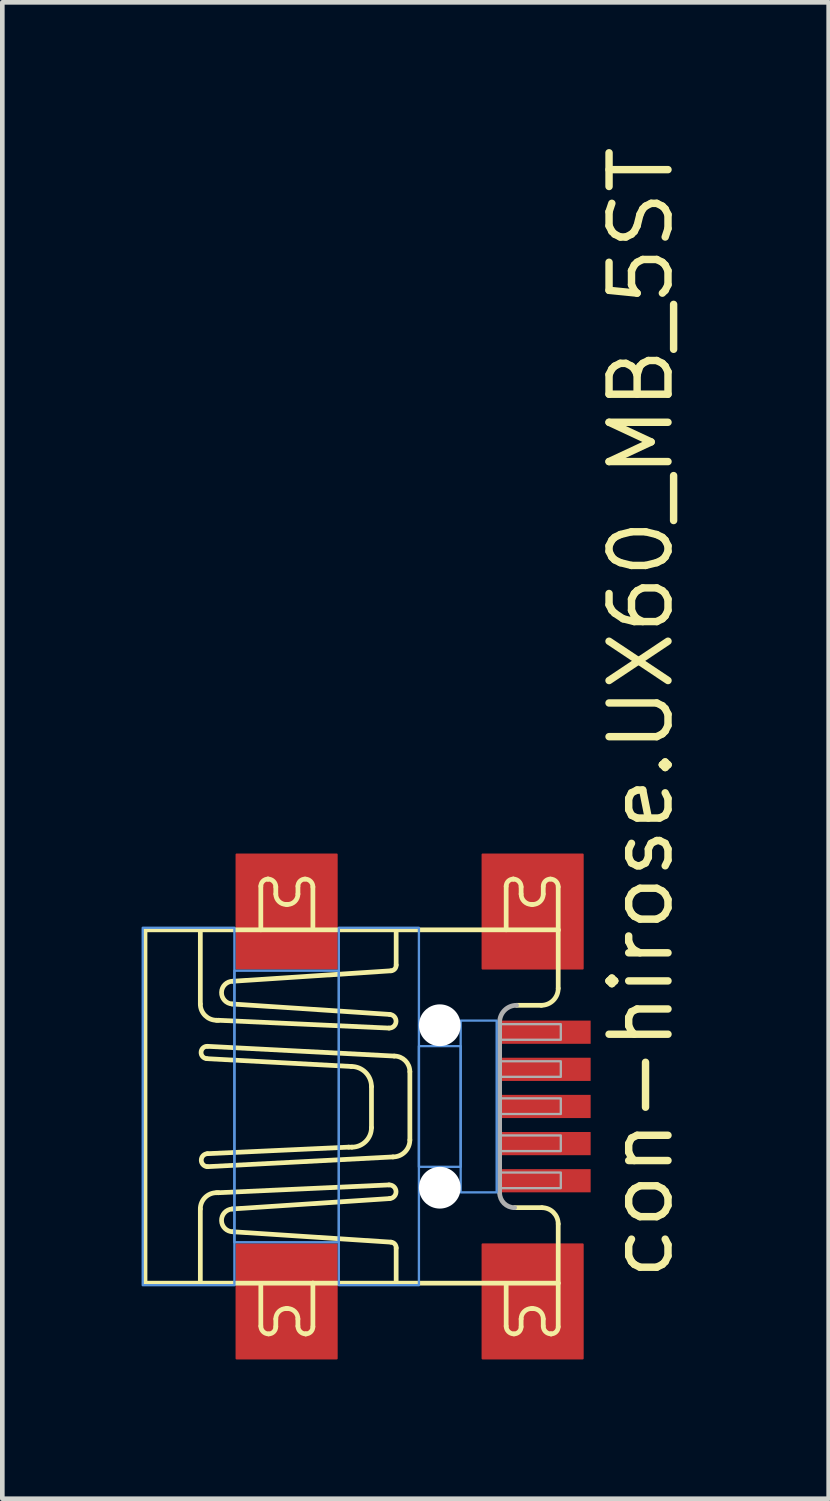
<source format=kicad_pcb>
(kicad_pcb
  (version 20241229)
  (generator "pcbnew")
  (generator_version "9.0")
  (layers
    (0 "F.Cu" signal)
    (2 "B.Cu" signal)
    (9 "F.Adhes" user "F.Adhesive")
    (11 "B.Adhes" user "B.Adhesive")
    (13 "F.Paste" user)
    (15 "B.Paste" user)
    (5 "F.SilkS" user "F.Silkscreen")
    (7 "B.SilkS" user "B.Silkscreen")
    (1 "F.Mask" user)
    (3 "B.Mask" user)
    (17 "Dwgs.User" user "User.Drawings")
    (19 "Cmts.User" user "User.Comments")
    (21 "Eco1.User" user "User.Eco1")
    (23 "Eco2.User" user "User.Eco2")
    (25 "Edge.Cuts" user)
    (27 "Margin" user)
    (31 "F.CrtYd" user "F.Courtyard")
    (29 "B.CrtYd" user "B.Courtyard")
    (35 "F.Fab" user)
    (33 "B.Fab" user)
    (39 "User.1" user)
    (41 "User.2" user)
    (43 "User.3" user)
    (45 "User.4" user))
  (footprint "con-hirose.UX60_MB_5ST"
    (layer "F.Cu")
    (at 6.425 20.788)
    (property "Reference" "con-hirose.UX60_MB_5ST" (at 5.08 3.81 90) (layer "F.SilkS") (effects (font (size 1.27 1.27) (thickness 0.16)) (justify left bottom)))
    (attr smd)
    (fp_line (start -6.351 -3.806) (end 2.551 -3.806) (stroke (width 0.102) (type default)) (layer "F.SilkS"))
    (fp_line (start -6.351 3.806) (end -6.351 -3.806) (stroke (width 0.102) (type default)) (layer "F.SilkS"))
    (fp_line (start -5.159 -3.75) (end -5.159 -2.208) (stroke (width 0.102) (type default)) (layer "F.SilkS"))
    (fp_line (start -5.159 3.75) (end -5.159 2.208) (stroke (width 0.102) (type default)) (layer "F.SilkS"))
    (fp_line (start -5.019 -1.03) (end -1.907 -0.862) (stroke (width 0.102) (type default)) (layer "F.SilkS"))
    (fp_line (start -5.005 1.297) (end -1.01 1.087) (stroke (width 0.102) (type default)) (layer "F.SilkS"))
    (fp_line (start -4.809 -1.857) (end -4.767 -1.857) (stroke (width 0.102) (type default)) (layer "F.SilkS"))
    (fp_line (start -4.809 1.858) (end -4.767 1.858) (stroke (width 0.102) (type default)) (layer "F.SilkS"))
    (fp_line (start -4.767 -1.857) (end -1.094 -1.689) (stroke (width 0.102) (type default)) (layer "F.SilkS"))
    (fp_line (start -4.767 1.858) (end -1.094 1.69) (stroke (width 0.102) (type default)) (layer "F.SilkS"))
    (fp_line (start -4.458 -2.698) (end -1.052 -2.923) (stroke (width 0.102) (type default)) (layer "F.SilkS"))
    (fp_line (start -4.458 2.699) (end -1.052 2.923) (stroke (width 0.102) (type default)) (layer "F.SilkS"))
    (fp_line (start -3.856 4.732) (end -3.856 3.862) (stroke (width 0.102) (type default)) (layer "F.SilkS"))
    (fp_line (start -3.856 -3.806) (end -3.856 -4.745) (stroke (width 0.102) (type default)) (layer "F.SilkS"))
    (fp_line (start -3.701 -4.899) (end -3.701 -4.899) (stroke (width 0.102) (type default)) (layer "F.SilkS"))
    (fp_line (start -3.533 4.577) (end -3.533 4.746) (stroke (width 0.102) (type default)) (layer "F.SilkS"))
    (fp_line (start -3.533 -4.731) (end -3.533 -4.577) (stroke (width 0.102) (type default)) (layer "F.SilkS"))
    (fp_line (start -3.309 -4.353) (end -3.281 -4.353) (stroke (width 0.102) (type default)) (layer "F.SilkS"))
    (fp_line (start -3.281 4.353) (end -3.309 4.353) (stroke (width 0.102) (type default)) (layer "F.SilkS"))
    (fp_line (start -3.057 4.732) (end -3.057 4.577) (stroke (width 0.102) (type default)) (layer "F.SilkS"))
    (fp_line (start -3.056 -4.577) (end -3.056 -4.745) (stroke (width 0.102) (type default)) (layer "F.SilkS"))
    (fp_line (start -2.888 4.9) (end -2.888 4.9) (stroke (width 0.102) (type default)) (layer "F.SilkS"))
    (fp_line (start -2.734 3.806) (end -6.351 3.806) (stroke (width 0.102) (type default)) (layer "F.SilkS"))
    (fp_line (start -2.734 3.806) (end -2.734 4.746) (stroke (width 0.102) (type default)) (layer "F.SilkS"))
    (fp_line (start -2.734 -4.731) (end -2.734 -3.862) (stroke (width 0.102) (type default)) (layer "F.SilkS"))
    (fp_line (start -1.963 0.876) (end -5.005 1.017) (stroke (width 0.102) (type default)) (layer "F.SilkS"))
    (fp_line (start -1.893 0.876) (end -1.963 0.876) (stroke (width 0.102) (type default)) (layer "F.SilkS"))
    (fp_line (start -1.472 -0.427) (end -1.472 0.456) (stroke (width 0.102) (type default)) (layer "F.SilkS"))
    (fp_line (start -1.08 -1.983) (end -4.472 -2.208) (stroke (width 0.102) (type default)) (layer "F.SilkS"))
    (fp_line (start -1.08 1.984) (end -4.472 2.208) (stroke (width 0.102) (type default)) (layer "F.SilkS"))
    (fp_line (start -0.982 -1.086) (end -5.005 -1.296) (stroke (width 0.102) (type default)) (layer "F.SilkS"))
    (fp_line (start -0.94 -3.049) (end -0.94 -3.75) (stroke (width 0.102) (type default)) (layer "F.SilkS"))
    (fp_line (start -0.94 3.049) (end -0.94 3.75) (stroke (width 0.102) (type default)) (layer "F.SilkS"))
    (fp_line (start -0.645 0.722) (end -0.645 -0.75) (stroke (width 0.102) (type default)) (layer "F.SilkS"))
    (fp_line (start 1.43 4.732) (end 1.43 3.862) (stroke (width 0.102) (type default)) (layer "F.SilkS"))
    (fp_line (start 1.43 -3.806) (end 1.43 -4.745) (stroke (width 0.102) (type default)) (layer "F.SilkS"))
    (fp_line (start 1.584 -4.899) (end 1.584 -4.899) (stroke (width 0.102) (type default)) (layer "F.SilkS"))
    (fp_line (start 1.612 2.18) (end 2.201 2.18) (stroke (width 0.102) (type default)) (layer "F.SilkS"))
    (fp_line (start 1.752 4.577) (end 1.752 4.746) (stroke (width 0.102) (type default)) (layer "F.SilkS"))
    (fp_line (start 1.752 -4.731) (end 1.752 -4.577) (stroke (width 0.102) (type default)) (layer "F.SilkS"))
    (fp_line (start 1.976 -4.353) (end 2.005 -4.353) (stroke (width 0.102) (type default)) (layer "F.SilkS"))
    (fp_line (start 2.004 4.353) (end 1.976 4.353) (stroke (width 0.102) (type default)) (layer "F.SilkS"))
    (fp_line (start 2.187 -2.18) (end 1.654 -2.18) (stroke (width 0.102) (type default)) (layer "F.SilkS"))
    (fp_line (start 2.229 4.732) (end 2.229 4.577) (stroke (width 0.102) (type default)) (layer "F.SilkS"))
    (fp_line (start 2.229 -4.577) (end 2.229 -4.745) (stroke (width 0.102) (type default)) (layer "F.SilkS"))
    (fp_line (start 2.397 4.9) (end 2.397 4.9) (stroke (width 0.102) (type default)) (layer "F.SilkS"))
    (fp_line (start 2.551 -3.806) (end 2.551 -2.544) (stroke (width 0.102) (type default)) (layer "F.SilkS"))
    (fp_line (start 2.551 2.531) (end 2.551 3.806) (stroke (width 0.102) (type default)) (layer "F.SilkS"))
    (fp_line (start 2.551 3.806) (end -2.734 3.806) (stroke (width 0.102) (type default)) (layer "F.SilkS"))
    (fp_line (start 2.551 3.806) (end 2.551 4.746) (stroke (width 0.102) (type default)) (layer "F.SilkS"))
    (fp_line (start 2.551 -4.731) (end 2.551 -3.792) (stroke (width 0.102) (type default)) (layer "F.SilkS"))
    (fp_arc (start -5.1592 2.2083) (mid -5.056512 1.960488) (end -4.8087 1.8578) (stroke (width 0.1016) (type default)) (layer "F.SilkS"))
    (fp_arc (start -5.0191 -1.0301) (mid -5.1453 -1.1703) (end -5.0051 -1.2965) (stroke (width 0.1016) (type default)) (layer "F.SilkS"))
    (fp_arc (start -5.0051 1.297) (mid -5.138901 1.15685) (end -5.0051 1.0167) (stroke (width 0.1016) (type default)) (layer "F.SilkS"))
    (fp_arc (start -4.8088 -1.8572) (mid -5.05667 -1.95983) (end -5.1593 -2.2077) (stroke (width 0.1016) (type default)) (layer "F.SilkS"))
    (fp_arc (start -4.4724 -2.2077) (mid -4.701722 -2.459792) (end -4.4584 -2.6984) (stroke (width 0.1016) (type default)) (layer "F.SilkS"))
    (fp_arc (start -4.4583 2.699) (mid -4.701622 2.460392) (end -4.4723 2.2083) (stroke (width 0.1016) (type default)) (layer "F.SilkS"))
    (fp_arc (start -3.8555 -4.7451) (mid -3.810448 -4.854318) (end -3.7012 -4.8993) (stroke (width 0.1016) (type default)) (layer "F.SilkS"))
    (fp_arc (start -3.7013 -4.8993) (mid -3.582365 -4.850035) (end -3.5331 -4.7311) (stroke (width 0.1016) (type default)) (layer "F.SilkS"))
    (fp_arc (start -3.6874 4.8999) (mid -3.806335 4.850635) (end -3.8556 4.7317) (stroke (width 0.1016) (type default)) (layer "F.SilkS"))
    (fp_arc (start -3.5332 4.5775) (mid -3.467475 4.418925) (end -3.3089 4.3532) (stroke (width 0.1016) (type default)) (layer "F.SilkS"))
    (fp_arc (start -3.5332 4.7457) (mid -3.578364 4.854736) (end -3.6874 4.8999) (stroke (width 0.1016) (type default)) (layer "F.SilkS"))
    (fp_arc (start -3.3088 -4.3526) (mid -3.467433 -4.418267) (end -3.5331 -4.5769) (stroke (width 0.1016) (type default)) (layer "F.SilkS"))
    (fp_arc (start -3.2808 4.3532) (mid -3.122137 4.418837) (end -3.0565 4.5775) (stroke (width 0.1016) (type default)) (layer "F.SilkS"))
    (fp_arc (start -3.0564 -4.7451) (mid -3.011236 -4.854136) (end -2.9022 -4.8993) (stroke (width 0.1016) (type default)) (layer "F.SilkS"))
    (fp_arc (start -3.0564 -4.5769) (mid -3.122037 -4.418237) (end -3.2807 -4.3526) (stroke (width 0.1016) (type default)) (layer "F.SilkS"))
    (fp_arc (start -2.9022 -4.8993) (mid -2.783265 -4.850035) (end -2.734 -4.7311) (stroke (width 0.1016) (type default)) (layer "F.SilkS"))
    (fp_arc (start -2.8883 4.8999) (mid -3.007235 4.850635) (end -3.0565 4.7317) (stroke (width 0.1016) (type default)) (layer "F.SilkS"))
    (fp_arc (start -2.7341 4.7457) (mid -2.779152 4.854918) (end -2.8884 4.8999) (stroke (width 0.1016) (type default)) (layer "F.SilkS"))
    (fp_arc (start -1.9069 -0.8619) (mid -1.599591 -0.734609) (end -1.4723 -0.4273) (stroke (width 0.1016) (type default)) (layer "F.SilkS"))
    (fp_arc (start -1.4723 0.4559) (mid -1.595491 0.753309) (end -1.8929 0.8765) (stroke (width 0.1016) (type default)) (layer "F.SilkS"))
    (fp_arc (start -1.0937 1.6896) (mid -0.9398 1.829814) (end -1.0797 1.984) (stroke (width 0.1016) (type default)) (layer "F.SilkS"))
    (fp_arc (start -1.0798 -1.9834) (mid -0.9399 -1.829214) (end -1.0938 -1.689) (stroke (width 0.1016) (type default)) (layer "F.SilkS"))
    (fp_arc (start -1.0517 2.9233) (mid -0.96976 2.963358) (end -0.9395 3.0494) (stroke (width 0.1016) (type default)) (layer "F.SilkS"))
    (fp_arc (start -0.9817 -1.0862) (mid -0.743788 -0.987612) (end -0.6452 -0.7497) (stroke (width 0.1016) (type default)) (layer "F.SilkS"))
    (fp_arc (start -0.9396 -3.0488) (mid -0.96986 -2.962758) (end -1.0518 -2.9227) (stroke (width 0.1016) (type default)) (layer "F.SilkS"))
    (fp_arc (start -0.6452 0.7223) (mid -0.75196 0.98004) (end -1.0097 1.0868) (stroke (width 0.1016) (type default)) (layer "F.SilkS"))
    (fp_arc (start 1.4297 -4.7451) (mid 1.474782 -4.854289) (end 1.584 -4.8993) (stroke (width 0.1016) (type default)) (layer "F.SilkS"))
    (fp_arc (start 1.5839 -4.8993) (mid 1.702835 -4.850035) (end 1.7521 -4.7311) (stroke (width 0.1016) (type default)) (layer "F.SilkS"))
    (fp_arc (start 1.5978 4.8999) (mid 1.478865 4.850635) (end 1.4296 4.7317) (stroke (width 0.1016) (type default)) (layer "F.SilkS"))
    (fp_arc (start 1.752 4.5775) (mid 1.817696 4.418896) (end 1.9763 4.3532) (stroke (width 0.1016) (type default)) (layer "F.SilkS"))
    (fp_arc (start 1.752 4.7457) (mid 1.706836 4.854736) (end 1.5978 4.8999) (stroke (width 0.1016) (type default)) (layer "F.SilkS"))
    (fp_arc (start 1.9764 -4.3526) (mid 1.817796 -4.418296) (end 1.7521 -4.5769) (stroke (width 0.1016) (type default)) (layer "F.SilkS"))
    (fp_arc (start 2.0044 4.3532) (mid 2.163092 4.418808) (end 2.2287 4.5775) (stroke (width 0.1016) (type default)) (layer "F.SilkS"))
    (fp_arc (start 2.2006 2.1802) (mid 2.44847 2.28283) (end 2.5511 2.5307) (stroke (width 0.1016) (type default)) (layer "F.SilkS"))
    (fp_arc (start 2.2288 -4.7451) (mid 2.273964 -4.854136) (end 2.383 -4.8993) (stroke (width 0.1016) (type default)) (layer "F.SilkS"))
    (fp_arc (start 2.2288 -4.5769) (mid 2.163133 -4.418267) (end 2.0045 -4.3526) (stroke (width 0.1016) (type default)) (layer "F.SilkS"))
    (fp_arc (start 2.383 -4.8993) (mid 2.501935 -4.850035) (end 2.5512 -4.7311) (stroke (width 0.1016) (type default)) (layer "F.SilkS"))
    (fp_arc (start 2.3969 4.8999) (mid 2.277965 4.850635) (end 2.2287 4.7317) (stroke (width 0.1016) (type default)) (layer "F.SilkS"))
    (fp_arc (start 2.5511 -2.5442) (mid 2.44437 -2.28643) (end 2.1866 -2.1797) (stroke (width 0.1016) (type default)) (layer "F.SilkS"))
    (fp_arc (start 2.5511 4.7457) (mid 2.506048 4.854918) (end 2.3968 4.8999) (stroke (width 0.1016) (type default)) (layer "F.SilkS"))
    (fp_rect (start -6.4 3.85) (end -4.425 -3.85) (stroke (width 0.05) (type default)) (fill no) (layer "Cmts.User"))
    (fp_rect (start -4.425 2.925) (end -2.175 -2.925) (stroke (width 0.05) (type default)) (fill no) (layer "Cmts.User"))
    (fp_rect (start -2.175 3.85) (end -0.45 -3.85) (stroke (width 0.05) (type default)) (fill no) (layer "Cmts.User"))
    (fp_rect (start -0.45 1.3) (end 0.45 -1.3) (stroke (width 0.05) (type default)) (fill no) (layer "Cmts.User"))
    (fp_rect (start 0.45 1.85) (end 1.225 -1.85) (stroke (width 0.05) (type default)) (fill no) (layer "Cmts.User"))
    (fp_line (start 1.289 -1.815) (end 1.289 1.858) (stroke (width 0.102) (type default)) (layer "F.Fab"))
    (fp_rect (start 1.303 -1.437) (end 2.607 -1.773) (stroke (width 0.05) (type default)) (fill no) (layer "F.Fab"))
    (fp_rect (start 1.303 -0.638) (end 2.607 -0.974) (stroke (width 0.05) (type default)) (fill no) (layer "F.Fab"))
    (fp_rect (start 1.303 0.162) (end 2.607 -0.175) (stroke (width 0.05) (type default)) (fill no) (layer "F.Fab"))
    (fp_rect (start 1.303 0.961) (end 2.607 0.624) (stroke (width 0.05) (type default)) (fill no) (layer "F.Fab"))
    (fp_rect (start 1.303 1.76) (end 2.607 1.423) (stroke (width 0.05) (type default)) (fill no) (layer "F.Fab"))
    (fp_arc (start 1.2894 -1.8152) (mid 1.39616 -2.07294) (end 1.6539 -2.1797) (stroke (width 0.1016) (type default)) (layer "F.Fab"))
    (fp_arc (start 1.6118 2.1802) (mid 1.383829 2.085771) (end 1.2894 1.8578) (stroke (width 0.1016) (type default)) (layer "F.Fab"))
    (pad "" np_thru_hole circle (at 0 -1.75) (size 0.9 0.9) (drill 0.9) (layers "*.Cu" "*.Mask"))
    (pad "" np_thru_hole circle (at 0 1.75) (size 0.9 0.9) (drill 0.9) (layers "*.Cu" "*.Mask"))
    (pad "1" smd roundrect (at 2.25 -1.6) (size 2 0.5) (layers "F.Cu" "F.Mask" "F.Paste") (roundrect_rratio 0.01))
    (pad "2" smd roundrect (at 2.25 -0.8) (size 2 0.5) (layers "F.Cu" "F.Mask" "F.Paste") (roundrect_rratio 0.01))
    (pad "3" smd roundrect (at 2.25 0) (size 2 0.5) (layers "F.Cu" "F.Mask" "F.Paste") (roundrect_rratio 0.01))
    (pad "4" smd roundrect (at 2.25 0.8) (size 2 0.5) (layers "F.Cu" "F.Mask" "F.Paste") (roundrect_rratio 0.01))
    (pad "5" smd roundrect (at 2.25 1.6) (size 2 0.5) (layers "F.Cu" "F.Mask" "F.Paste") (roundrect_rratio 0.01))
    (pad "M1" smd roundrect (at -3.3 4.2) (size 2.2 2.5) (layers "F.Cu" "F.Mask" "F.Paste") (roundrect_rratio 0.01))
    (pad "M2" smd roundrect (at -3.3 -4.2) (size 2.2 2.5) (layers "F.Cu" "F.Mask" "F.Paste") (roundrect_rratio 0.01))
    (pad "M3" smd roundrect (at 2 -4.2) (size 2.2 2.5) (layers "F.Cu" "F.Mask" "F.Paste") (roundrect_rratio 0.01))
    (pad "M4" smd roundrect (at 2 4.2) (size 2.2 2.5) (layers "F.Cu" "F.Mask" "F.Paste") (roundrect_rratio 0.01)))
  (gr_rect
    (start -3 -3)
    (end 14.803 29.238)
    (stroke (width 0.1) (type default))
    (fill no)
    (layer "Edge.Cuts")))
</source>
